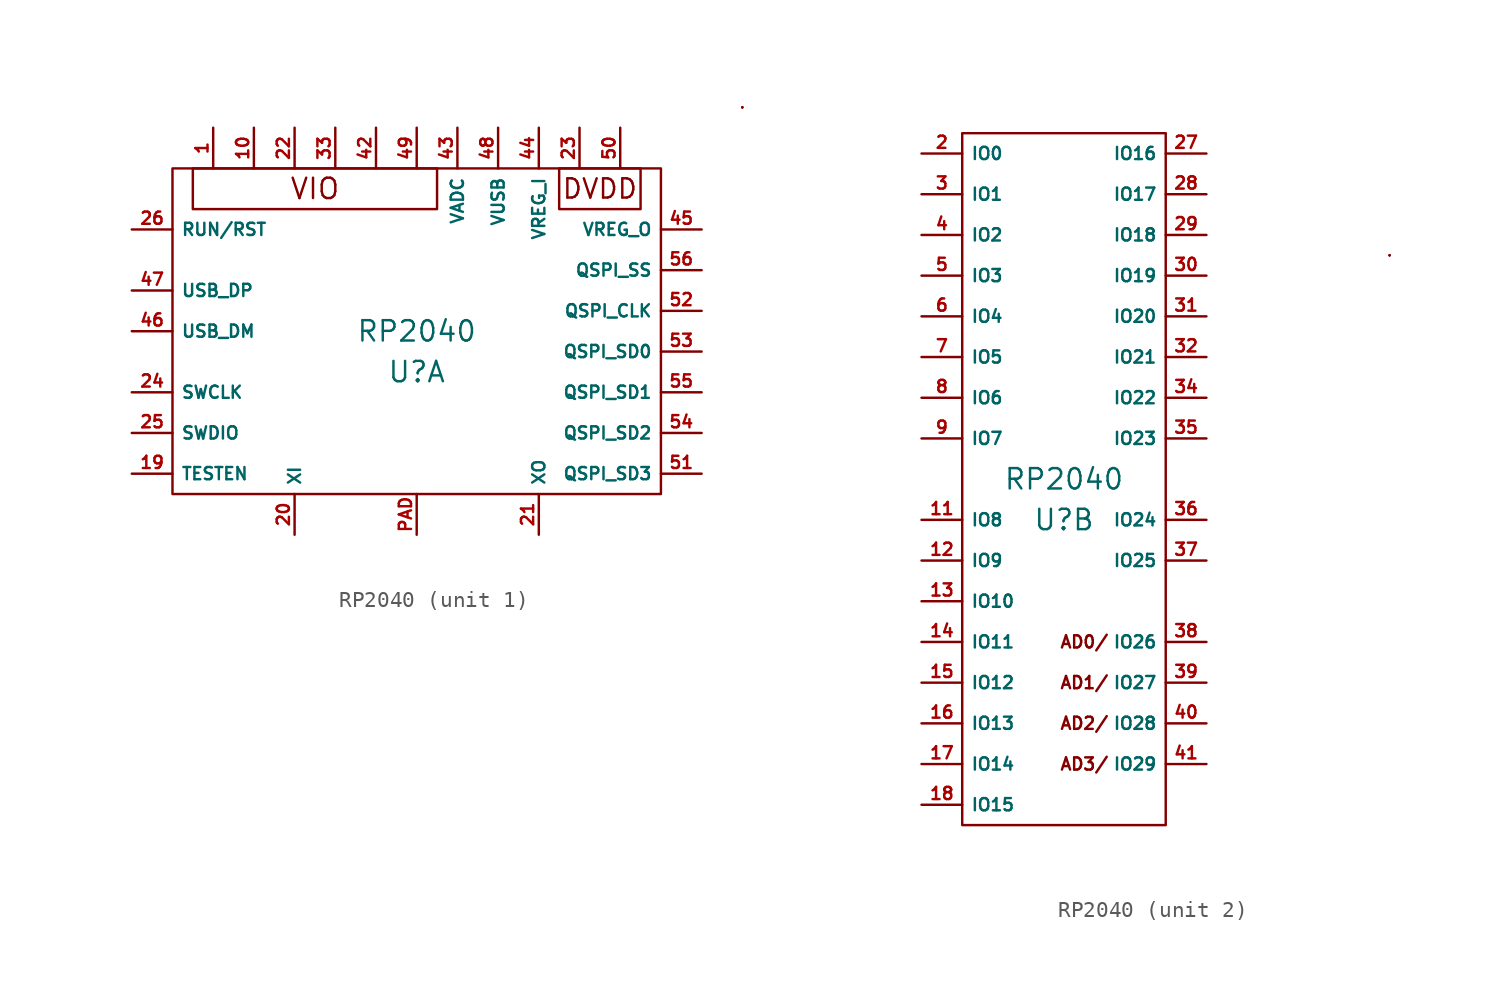
<source format=kicad_sym>
(kicad_symbol_lib
  (version 20211014)
  (generator kicad_symbol_editor)
  (symbol "RP2040"
    (property "Reference" "U"
      (at 0 -2.54 0)
      (effects (font (size 1.27 1.27))))
    (property "Value" "RP2040"
      (at 0 0 0)
      (effects (font (size 1.27 1.27))))
    (symbol "RP2040_0_0"
      (rectangle (start 20.32 13.97) (end 20.32 13.97) (stroke (width 0) (type default) (color 0 0 0 0)) (fill (type none)))
      (rectangle (start 20.32 13.97) (end 20.32 13.97) (stroke (width 0) (type default) (color 0 0 0 0)) (fill (type none)))
      (rectangle (start 20.32 13.97) (end 20.32 13.97) (stroke (width 0) (type default) (color 0 0 0 0)) (fill (type none))))
    (symbol "RP2040_1_1"
      (rectangle (start -15.24 10.16) (end 15.24 -10.16) (stroke (width 0) (type default) (color 0 0 0 0)) (fill (type none)))
      (rectangle (start -13.97 10.16) (end 1.27 7.62) (stroke (width 0) (type default) (color 0 0 0 0)) (fill (type none)))
      (rectangle (start 8.89 10.16) (end 13.97 7.62) (stroke (width 0) (type default) (color 0 0 0 0)) (fill (type none)))
      (text "DVDD" (at 11.43 8.89 0) (effects (font (size 1.2 1.2))))
      (text "VIO" (at -6.35 8.89 0) (effects (font (size 1.27 1.27))))
      (pin power_in line (at -12.7 12.7 270) (length 2.54) (name "~" (effects (font (size 0.762 0.762)))) (number "1" (effects (font (size 0.762 0.762)))))
      (pin power_in line (at -10.16 12.7 270) (length 2.54) (name "~" (effects (font (size 0.762 0.762)))) (number "10" (effects (font (size 0.762 0.762)))))
      (pin input line (at -17.78 -8.89 0) (length 2.54) (name "TESTEN" (effects (font (size 0.762 0.762)))) (number "19" (effects (font (size 0.762 0.762)))))
      (pin input line (at -7.62 -12.7 90) (length 2.54) (name "XI" (effects (font (size 0.762 0.762)))) (number "20" (effects (font (size 0.762 0.762)))))
      (pin output line (at 7.62 -12.7 90) (length 2.54) (name "XO" (effects (font (size 0.762 0.762)))) (number "21" (effects (font (size 0.762 0.762)))))
      (pin power_in line (at -7.62 12.7 270) (length 2.54) (name "~" (effects (font (size 0.762 0.762)))) (number "22" (effects (font (size 0.762 0.762)))))
      (pin power_in line (at 10.16 12.7 270) (length 2.54) (name "~" (effects (font (size 0.762 0.762)))) (number "23" (effects (font (size 0.762 0.762)))))
      (pin input line (at -17.78 -3.81 0) (length 2.54) (name "SWCLK" (effects (font (size 0.762 0.762)))) (number "24" (effects (font (size 0.762 0.762)))))
      (pin bidirectional line (at -17.78 -6.35 0) (length 2.54) (name "SWDIO" (effects (font (size 0.762 0.762)))) (number "25" (effects (font (size 0.762 0.762)))))
      (pin input line (at -17.78 6.35 0) (length 2.54) (name "RUN/RST" (effects (font (size 0.762 0.762)))) (number "26" (effects (font (size 0.762 0.762)))))
      (pin power_in line (at -5.08 12.7 270) (length 2.54) (name "~" (effects (font (size 0.762 0.762)))) (number "33" (effects (font (size 0.762 0.762)))))
      (pin power_in line (at -2.54 12.7 270) (length 2.54) (name "~" (effects (font (size 0.762 0.762)))) (number "42" (effects (font (size 0.762 0.762)))))
      (pin power_in line (at 2.54 12.7 270) (length 2.54) (name "VADC" (effects (font (size 0.762 0.762)))) (number "43" (effects (font (size 0.762 0.762)))))
      (pin power_in line (at 7.62 12.7 270) (length 2.54) (name "VREG_I" (effects (font (size 0.762 0.762)))) (number "44" (effects (font (size 0.762 0.762)))))
      (pin power_out line (at 17.78 6.35 180) (length 2.54) (name "VREG_O" (effects (font (size 0.762 0.762)))) (number "45" (effects (font (size 0.762 0.762)))))
      (pin bidirectional line (at -17.78 0 0) (length 2.54) (name "USB_DM" (effects (font (size 0.762 0.762)))) (number "46" (effects (font (size 0.762 0.762)))))
      (pin bidirectional line (at -17.78 2.54 0) (length 2.54) (name "USB_DP" (effects (font (size 0.762 0.762)))) (number "47" (effects (font (size 0.762 0.762)))))
      (pin power_in line (at 5.08 12.7 270) (length 2.54) (name "VUSB" (effects (font (size 0.762 0.762)))) (number "48" (effects (font (size 0.762 0.762)))))
      (pin power_in line (at 0 12.7 270) (length 2.54) (name "~" (effects (font (size 0.762 0.762)))) (number "49" (effects (font (size 0.762 0.762)))))
      (pin power_in line (at 12.7 12.7 270) (length 2.54) (name "~" (effects (font (size 0.762 0.762)))) (number "50" (effects (font (size 0.762 0.762)))))
      (pin bidirectional line (at 17.78 -8.89 180) (length 2.54) (name "QSPI_SD3" (effects (font (size 0.762 0.762)))) (number "51" (effects (font (size 0.762 0.762)))))
      (pin bidirectional line (at 17.78 1.27 180) (length 2.54) (name "QSPI_CLK" (effects (font (size 0.762 0.762)))) (number "52" (effects (font (size 0.762 0.762)))))
      (pin bidirectional line (at 17.78 -1.27 180) (length 2.54) (name "QSPI_SD0" (effects (font (size 0.762 0.762)))) (number "53" (effects (font (size 0.762 0.762)))))
      (pin bidirectional line (at 17.78 -6.35 180) (length 2.54) (name "QSPI_SD2" (effects (font (size 0.762 0.762)))) (number "54" (effects (font (size 0.762 0.762)))))
      (pin bidirectional line (at 17.78 -3.81 180) (length 2.54) (name "QSPI_SD1" (effects (font (size 0.762 0.762)))) (number "55" (effects (font (size 0.762 0.762)))))
      (pin bidirectional line (at 17.78 3.81 180) (length 2.54) (name "QSPI_SS" (effects (font (size 0.762 0.762)))) (number "56" (effects (font (size 0.762 0.762)))))
      (pin power_in line (at 0 -12.7 90) (length 2.54) (name "~" (effects (font (size 0.762 0.762)))) (number "PAD" (effects (font (size 0.762 0.762))))))
    (symbol "RP2040_2_1"
      (rectangle (start -6.35 21.59) (end 6.35 -21.59) (stroke (width 0) (type default) (color 0 0 0 0)) (fill (type none)))
      (text "AD0/" (at 1.27 -10.16 0) (effects (font (size 0.762 0.762))))
      (text "AD1/" (at 1.27 -12.7 0) (effects (font (size 0.762 0.762))))
      (text "AD2/" (at 1.27 -15.24 0) (effects (font (size 0.762 0.762))))
      (text "AD3/" (at 1.27 -17.78 0) (effects (font (size 0.762 0.762))))
      (pin bidirectional line (at -8.89 -2.54 0) (length 2.54) (name "IO8" (effects (font (size 0.762 0.762)))) (number "11" (effects (font (size 0.762 0.762)))))
      (pin bidirectional line (at -8.89 -5.08 0) (length 2.54) (name "IO9" (effects (font (size 0.762 0.762)))) (number "12" (effects (font (size 0.762 0.762)))))
      (pin bidirectional line (at -8.89 -7.62 0) (length 2.54) (name "IO10" (effects (font (size 0.762 0.762)))) (number "13" (effects (font (size 0.762 0.762)))))
      (pin bidirectional line (at -8.89 -10.16 0) (length 2.54) (name "IO11" (effects (font (size 0.762 0.762)))) (number "14" (effects (font (size 0.762 0.762)))))
      (pin bidirectional line (at -8.89 -12.7 0) (length 2.54) (name "IO12" (effects (font (size 0.762 0.762)))) (number "15" (effects (font (size 0.762 0.762)))))
      (pin bidirectional line (at -8.89 -15.24 0) (length 2.54) (name "IO13" (effects (font (size 0.762 0.762)))) (number "16" (effects (font (size 0.762 0.762)))))
      (pin bidirectional line (at -8.89 -17.78 0) (length 2.54) (name "IO14" (effects (font (size 0.762 0.762)))) (number "17" (effects (font (size 0.762 0.762)))))
      (pin bidirectional line (at -8.89 -20.32 0) (length 2.54) (name "IO15" (effects (font (size 0.762 0.762)))) (number "18" (effects (font (size 0.762 0.762)))))
      (pin bidirectional line (at -8.89 20.32 0) (length 2.54) (name "IO0" (effects (font (size 0.762 0.762)))) (number "2" (effects (font (size 0.762 0.762)))))
      (pin bidirectional line (at 8.89 20.32 180) (length 2.54) (name "IO16" (effects (font (size 0.762 0.762)))) (number "27" (effects (font (size 0.762 0.762)))))
      (pin bidirectional line (at 8.89 17.78 180) (length 2.54) (name "IO17" (effects (font (size 0.762 0.762)))) (number "28" (effects (font (size 0.762 0.762)))))
      (pin bidirectional line (at 8.89 15.24 180) (length 2.54) (name "IO18" (effects (font (size 0.762 0.762)))) (number "29" (effects (font (size 0.762 0.762)))))
      (pin bidirectional line (at -8.89 17.78 0) (length 2.54) (name "IO1" (effects (font (size 0.762 0.762)))) (number "3" (effects (font (size 0.762 0.762)))))
      (pin bidirectional line (at 8.89 12.7 180) (length 2.54) (name "IO19" (effects (font (size 0.762 0.762)))) (number "30" (effects (font (size 0.762 0.762)))))
      (pin bidirectional line (at 8.89 10.16 180) (length 2.54) (name "IO20" (effects (font (size 0.762 0.762)))) (number "31" (effects (font (size 0.762 0.762)))))
      (pin bidirectional line (at 8.89 7.62 180) (length 2.54) (name "IO21" (effects (font (size 0.762 0.762)))) (number "32" (effects (font (size 0.762 0.762)))))
      (pin bidirectional line (at 8.89 5.08 180) (length 2.54) (name "IO22" (effects (font (size 0.762 0.762)))) (number "34" (effects (font (size 0.762 0.762)))))
      (pin bidirectional line (at 8.89 2.54 180) (length 2.54) (name "IO23" (effects (font (size 0.762 0.762)))) (number "35" (effects (font (size 0.762 0.762)))))
      (pin bidirectional line (at 8.89 -2.54 180) (length 2.54) (name "IO24" (effects (font (size 0.762 0.762)))) (number "36" (effects (font (size 0.762 0.762)))))
      (pin bidirectional line (at 8.89 -5.08 180) (length 2.54) (name "IO25" (effects (font (size 0.762 0.762)))) (number "37" (effects (font (size 0.762 0.762)))))
      (pin bidirectional line (at 8.89 -10.16 180) (length 2.54) (name "IO26" (effects (font (size 0.762 0.762)))) (number "38" (effects (font (size 0.762 0.762)))))
      (pin bidirectional line (at 8.89 -12.7 180) (length 2.54) (name "IO27" (effects (font (size 0.762 0.762)))) (number "39" (effects (font (size 0.762 0.762)))))
      (pin bidirectional line (at -8.89 15.24 0) (length 2.54) (name "IO2" (effects (font (size 0.762 0.762)))) (number "4" (effects (font (size 0.762 0.762)))))
      (pin bidirectional line (at 8.89 -15.24 180) (length 2.54) (name "IO28" (effects (font (size 0.762 0.762)))) (number "40" (effects (font (size 0.762 0.762)))))
      (pin bidirectional line (at 8.89 -17.78 180) (length 2.54) (name "IO29" (effects (font (size 0.762 0.762)))) (number "41" (effects (font (size 0.762 0.762)))))
      (pin bidirectional line (at -8.89 12.7 0) (length 2.54) (name "IO3" (effects (font (size 0.762 0.762)))) (number "5" (effects (font (size 0.762 0.762)))))
      (pin bidirectional line (at -8.89 10.16 0) (length 2.54) (name "IO4" (effects (font (size 0.762 0.762)))) (number "6" (effects (font (size 0.762 0.762)))))
      (pin bidirectional line (at -8.89 7.62 0) (length 2.54) (name "IO5" (effects (font (size 0.762 0.762)))) (number "7" (effects (font (size 0.762 0.762)))))
      (pin bidirectional line (at -8.89 5.08 0) (length 2.54) (name "IO6" (effects (font (size 0.762 0.762)))) (number "8" (effects (font (size 0.762 0.762)))))
      (pin bidirectional line (at -8.89 2.54 0) (length 2.54) (name "IO7" (effects (font (size 0.762 0.762)))) (number "9" (effects (font (size 0.762 0.762))))))))
</source>
